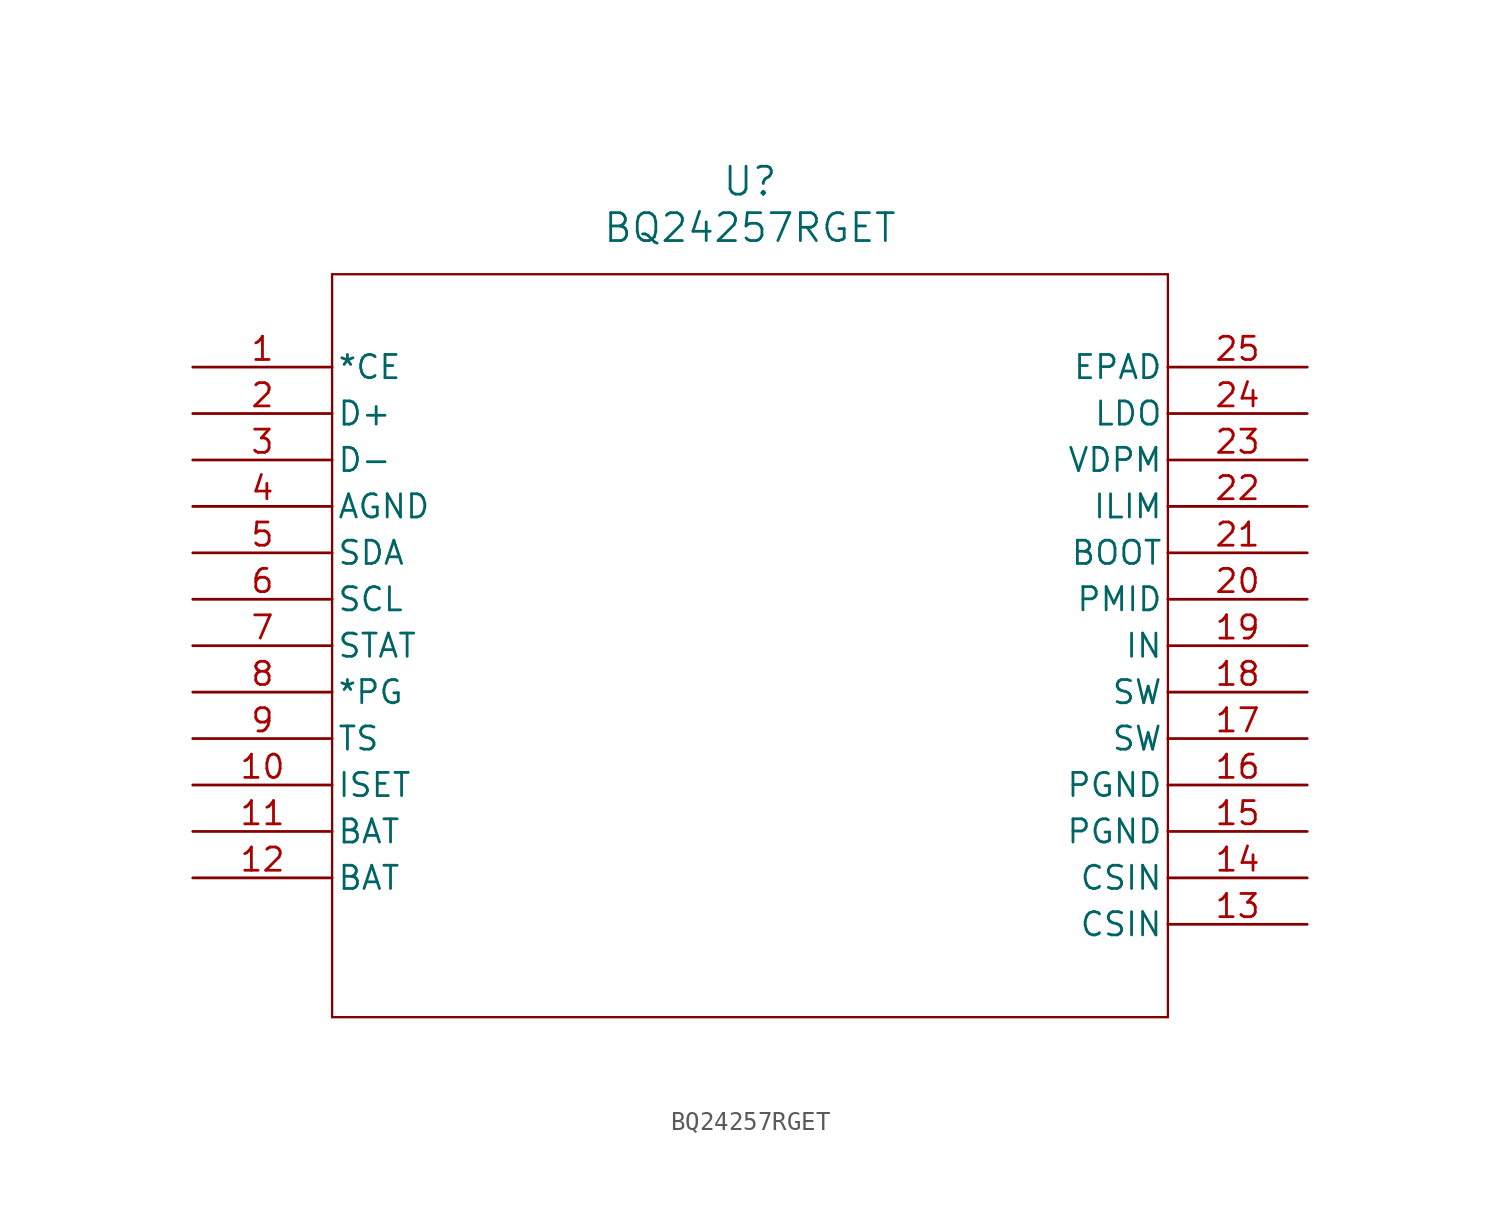
<source format=kicad_sym>
(kicad_symbol_lib
  (version 20211014)
  (generator kicad_symbol_editor)
  (symbol "BQ24257RGET"
    (pin_names
      (offset 0.254))
    (property "Reference" "U"
      (at 30.48 10.16 0)
      (effects (font (size 1.524 1.524))))
    (property "Value" "BQ24257RGET"
      (at 30.48 7.62 0)
      (effects (font (size 1.524 1.524))))
    (symbol "BQ24257RGET_0_1"
      (polyline (pts (xy 7.62 5.08) (xy 7.62 -35.56)) (stroke (width 0.127) (type default) (color 0 0 0 0)) (fill (type none)))
      (polyline (pts (xy 7.62 -35.56) (xy 53.34 -35.56)) (stroke (width 0.127) (type default) (color 0 0 0 0)) (fill (type none)))
      (polyline (pts (xy 53.34 -35.56) (xy 53.34 5.08)) (stroke (width 0.127) (type default) (color 0 0 0 0)) (fill (type none)))
      (polyline (pts (xy 53.34 5.08) (xy 7.62 5.08)) (stroke (width 0.127) (type default) (color 0 0 0 0)) (fill (type none)))
      (pin input line (at 0 0 0) (length 7.62) (name "*CE" (effects (font (size 1.27 1.27)))) (number "1" (effects (font (size 1.27 1.27)))))
      (pin input line (at 0 -2.54 0) (length 7.62) (name "D+" (effects (font (size 1.27 1.27)))) (number "2" (effects (font (size 1.27 1.27)))))
      (pin input line (at 0 -5.08 0) (length 7.62) (name "D-" (effects (font (size 1.27 1.27)))) (number "3" (effects (font (size 1.27 1.27)))))
      (pin power_in line (at 0 -7.62 0) (length 7.62) (name "AGND" (effects (font (size 1.27 1.27)))) (number "4" (effects (font (size 1.27 1.27)))))
      (pin bidirectional line (at 0 -10.16 0) (length 7.62) (name "SDA" (effects (font (size 1.27 1.27)))) (number "5" (effects (font (size 1.27 1.27)))))
      (pin input line (at 0 -12.7 0) (length 7.62) (name "SCL" (effects (font (size 1.27 1.27)))) (number "6" (effects (font (size 1.27 1.27)))))
      (pin output line (at 0 -15.24 0) (length 7.62) (name "STAT" (effects (font (size 1.27 1.27)))) (number "7" (effects (font (size 1.27 1.27)))))
      (pin output line (at 0 -17.78 0) (length 7.62) (name "*PG" (effects (font (size 1.27 1.27)))) (number "8" (effects (font (size 1.27 1.27)))))
      (pin input line (at 0 -20.32 0) (length 7.62) (name "TS" (effects (font (size 1.27 1.27)))) (number "9" (effects (font (size 1.27 1.27)))))
      (pin input line (at 0 -22.86 0) (length 7.62) (name "ISET" (effects (font (size 1.27 1.27)))) (number "10" (effects (font (size 1.27 1.27)))))
      (pin bidirectional line (at 0 -25.4 0) (length 7.62) (name "BAT" (effects (font (size 1.27 1.27)))) (number "11" (effects (font (size 1.27 1.27)))))
      (pin bidirectional line (at 0 -27.94 0) (length 7.62) (name "BAT" (effects (font (size 1.27 1.27)))) (number "12" (effects (font (size 1.27 1.27)))))
      (pin input line (at 60.96 -30.48 180) (length 7.62) (name "CSIN" (effects (font (size 1.27 1.27)))) (number "13" (effects (font (size 1.27 1.27)))))
      (pin input line (at 60.96 -27.94 180) (length 7.62) (name "CSIN" (effects (font (size 1.27 1.27)))) (number "14" (effects (font (size 1.27 1.27)))))
      (pin power_in line (at 60.96 -25.4 180) (length 7.62) (name "PGND" (effects (font (size 1.27 1.27)))) (number "15" (effects (font (size 1.27 1.27)))))
      (pin power_in line (at 60.96 -22.86 180) (length 7.62) (name "PGND" (effects (font (size 1.27 1.27)))) (number "16" (effects (font (size 1.27 1.27)))))
      (pin output line (at 60.96 -20.32 180) (length 7.62) (name "SW" (effects (font (size 1.27 1.27)))) (number "17" (effects (font (size 1.27 1.27)))))
      (pin output line (at 60.96 -17.78 180) (length 7.62) (name "SW" (effects (font (size 1.27 1.27)))) (number "18" (effects (font (size 1.27 1.27)))))
      (pin input line (at 60.96 -15.24 180) (length 7.62) (name "IN" (effects (font (size 1.27 1.27)))) (number "19" (effects (font (size 1.27 1.27)))))
      (pin input line (at 60.96 -12.7 180) (length 7.62) (name "PMID" (effects (font (size 1.27 1.27)))) (number "20" (effects (font (size 1.27 1.27)))))
      (pin input line (at 60.96 -10.16 180) (length 7.62) (name "BOOT" (effects (font (size 1.27 1.27)))) (number "21" (effects (font (size 1.27 1.27)))))
      (pin input line (at 60.96 -7.62 180) (length 7.62) (name "ILIM" (effects (font (size 1.27 1.27)))) (number "22" (effects (font (size 1.27 1.27)))))
      (pin input line (at 60.96 -5.08 180) (length 7.62) (name "VDPM" (effects (font (size 1.27 1.27)))) (number "23" (effects (font (size 1.27 1.27)))))
      (pin output line (at 60.96 -2.54 180) (length 7.62) (name "LDO" (effects (font (size 1.27 1.27)))) (number "24" (effects (font (size 1.27 1.27)))))
      (pin unspecified line (at 60.96 0 180) (length 7.62) (name "EPAD" (effects (font (size 1.27 1.27)))) (number "25" (effects (font (size 1.27 1.27))))))))
</source>
